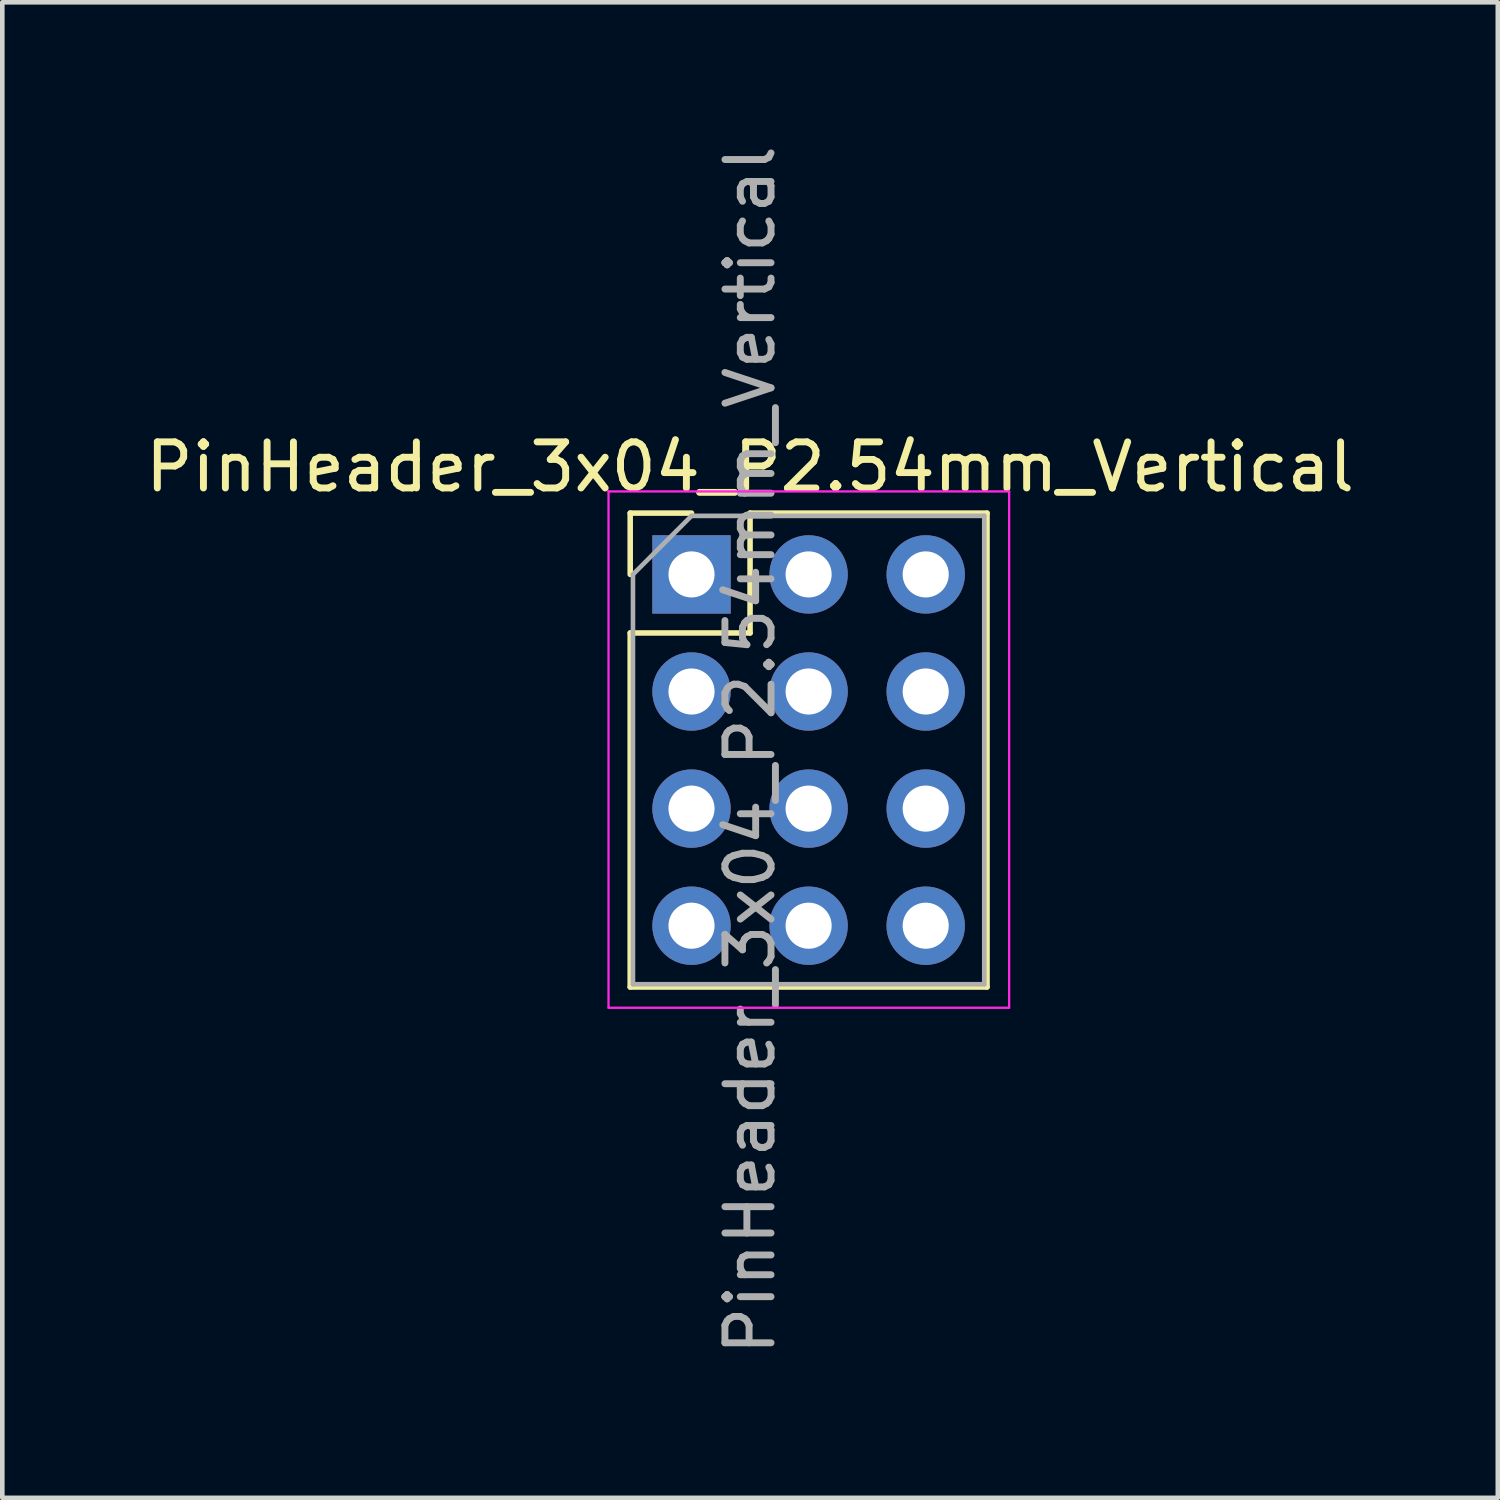
<source format=kicad_pcb>
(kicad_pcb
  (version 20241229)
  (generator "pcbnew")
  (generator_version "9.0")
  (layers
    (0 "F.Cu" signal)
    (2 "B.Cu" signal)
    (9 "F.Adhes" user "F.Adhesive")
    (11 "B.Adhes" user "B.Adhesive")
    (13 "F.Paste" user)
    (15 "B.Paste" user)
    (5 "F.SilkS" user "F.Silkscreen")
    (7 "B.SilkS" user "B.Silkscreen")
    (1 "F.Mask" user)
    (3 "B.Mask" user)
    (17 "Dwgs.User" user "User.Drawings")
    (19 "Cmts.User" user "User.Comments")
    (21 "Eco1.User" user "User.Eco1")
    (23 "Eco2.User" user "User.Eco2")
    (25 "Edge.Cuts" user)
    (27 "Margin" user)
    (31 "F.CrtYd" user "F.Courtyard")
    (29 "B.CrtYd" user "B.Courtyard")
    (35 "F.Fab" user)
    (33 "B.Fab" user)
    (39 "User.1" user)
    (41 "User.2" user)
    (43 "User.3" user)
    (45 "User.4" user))
  (footprint "PinHeader_3x04_P2.54mm_Vertical"
    (layer "F.Cu")
    (at 14.49 13.22)
    (property "Reference" "PinHeader_3x04_P2.54mm_Vertical" (at -1.27 -6.14 0) (layer "F.SilkS") (effects (font (size 1 1) (thickness 0.15))))
    (attr through_hole)
    (fp_line (start -3.87 -5.14) (end -2.54 -5.14) (stroke (width 0.12) (type solid)) (layer "F.SilkS"))
    (fp_line (start -3.87 -3.81) (end -3.87 -5.14) (stroke (width 0.12) (type solid)) (layer "F.SilkS"))
    (fp_line (start -3.87 -2.54) (end -3.87 5.14) (stroke (width 0.12) (type solid)) (layer "F.SilkS"))
    (fp_line (start -3.87 -2.54) (end -1.27 -2.54) (stroke (width 0.12) (type solid)) (layer "F.SilkS"))
    (fp_line (start -3.87 5.14) (end 3.87 5.14) (stroke (width 0.12) (type solid)) (layer "F.SilkS"))
    (fp_line (start -1.27 -5.14) (end 3.87 -5.14) (stroke (width 0.12) (type solid)) (layer "F.SilkS"))
    (fp_line (start -1.27 -2.54) (end -1.27 -5.14) (stroke (width 0.12) (type solid)) (layer "F.SilkS"))
    (fp_line (start 3.87 -5.14) (end 3.87 5.14) (stroke (width 0.12) (type solid)) (layer "F.SilkS"))
    (fp_line (start -4.34 -5.61) (end -4.34 5.59) (stroke (width 0.05) (type solid)) (layer "F.CrtYd"))
    (fp_line (start -4.34 5.59) (end 4.35 5.59) (stroke (width 0.05) (type solid)) (layer "F.CrtYd"))
    (fp_line (start 4.35 -5.61) (end -4.34 -5.61) (stroke (width 0.05) (type solid)) (layer "F.CrtYd"))
    (fp_line (start 4.35 5.59) (end 4.35 -5.61) (stroke (width 0.05) (type solid)) (layer "F.CrtYd"))
    (fp_line (start -3.81 -3.81) (end -2.54 -5.08) (stroke (width 0.1) (type solid)) (layer "F.Fab"))
    (fp_line (start -3.81 5.08) (end -3.81 -3.81) (stroke (width 0.1) (type solid)) (layer "F.Fab"))
    (fp_line (start -2.54 -5.08) (end 3.81 -5.08) (stroke (width 0.1) (type solid)) (layer "F.Fab"))
    (fp_line (start 3.81 -5.08) (end 3.81 5.08) (stroke (width 0.1) (type solid)) (layer "F.Fab"))
    (fp_line (start 3.81 5.08) (end -3.81 5.08) (stroke (width 0.1) (type solid)) (layer "F.Fab"))
    (fp_text user "${REFERENCE}" (at -1.27 0 90) (layer "F.Fab") (effects (font (size 1 1) (thickness 0.15))))
    (pad "1" thru_hole rect (at -2.54 -3.81) (size 1.7 1.7) (drill 1) (layers "*.Cu" "*.Mask"))
    (pad "2" thru_hole oval (at 0 -3.81) (size 1.7 1.7) (drill 1) (layers "*.Cu" "*.Mask"))
    (pad "3" thru_hole oval (at 2.54 -3.81) (size 1.7 1.7) (drill 1) (layers "*.Cu" "*.Mask"))
    (pad "4" thru_hole oval (at -2.54 -1.27) (size 1.7 1.7) (drill 1) (layers "*.Cu" "*.Mask"))
    (pad "5" thru_hole oval (at 0 -1.27) (size 1.7 1.7) (drill 1) (layers "*.Cu" "*.Mask"))
    (pad "6" thru_hole oval (at 2.54 -1.27) (size 1.7 1.7) (drill 1) (layers "*.Cu" "*.Mask"))
    (pad "7" thru_hole oval (at -2.54 1.27) (size 1.7 1.7) (drill 1) (layers "*.Cu" "*.Mask"))
    (pad "8" thru_hole oval (at 0 1.27) (size 1.7 1.7) (drill 1) (layers "*.Cu" "*.Mask"))
    (pad "9" thru_hole oval (at 2.54 1.27) (size 1.7 1.7) (drill 1) (layers "*.Cu" "*.Mask"))
    (pad "10" thru_hole oval (at -2.54 3.81) (size 1.7 1.7) (drill 1) (layers "*.Cu" "*.Mask"))
    (pad "11" thru_hole oval (at 0 3.81) (size 1.7 1.7) (drill 1) (layers "*.Cu" "*.Mask"))
    (pad "12" thru_hole oval (at 2.54 3.81) (size 1.7 1.7) (drill 1) (layers "*.Cu" "*.Mask")))
  (gr_rect
    (start -3 -3)
    (end 29.44 29.44)
    (stroke (width 0.1) (type default))
    (fill no)
    (layer "Edge.Cuts")))
</source>
